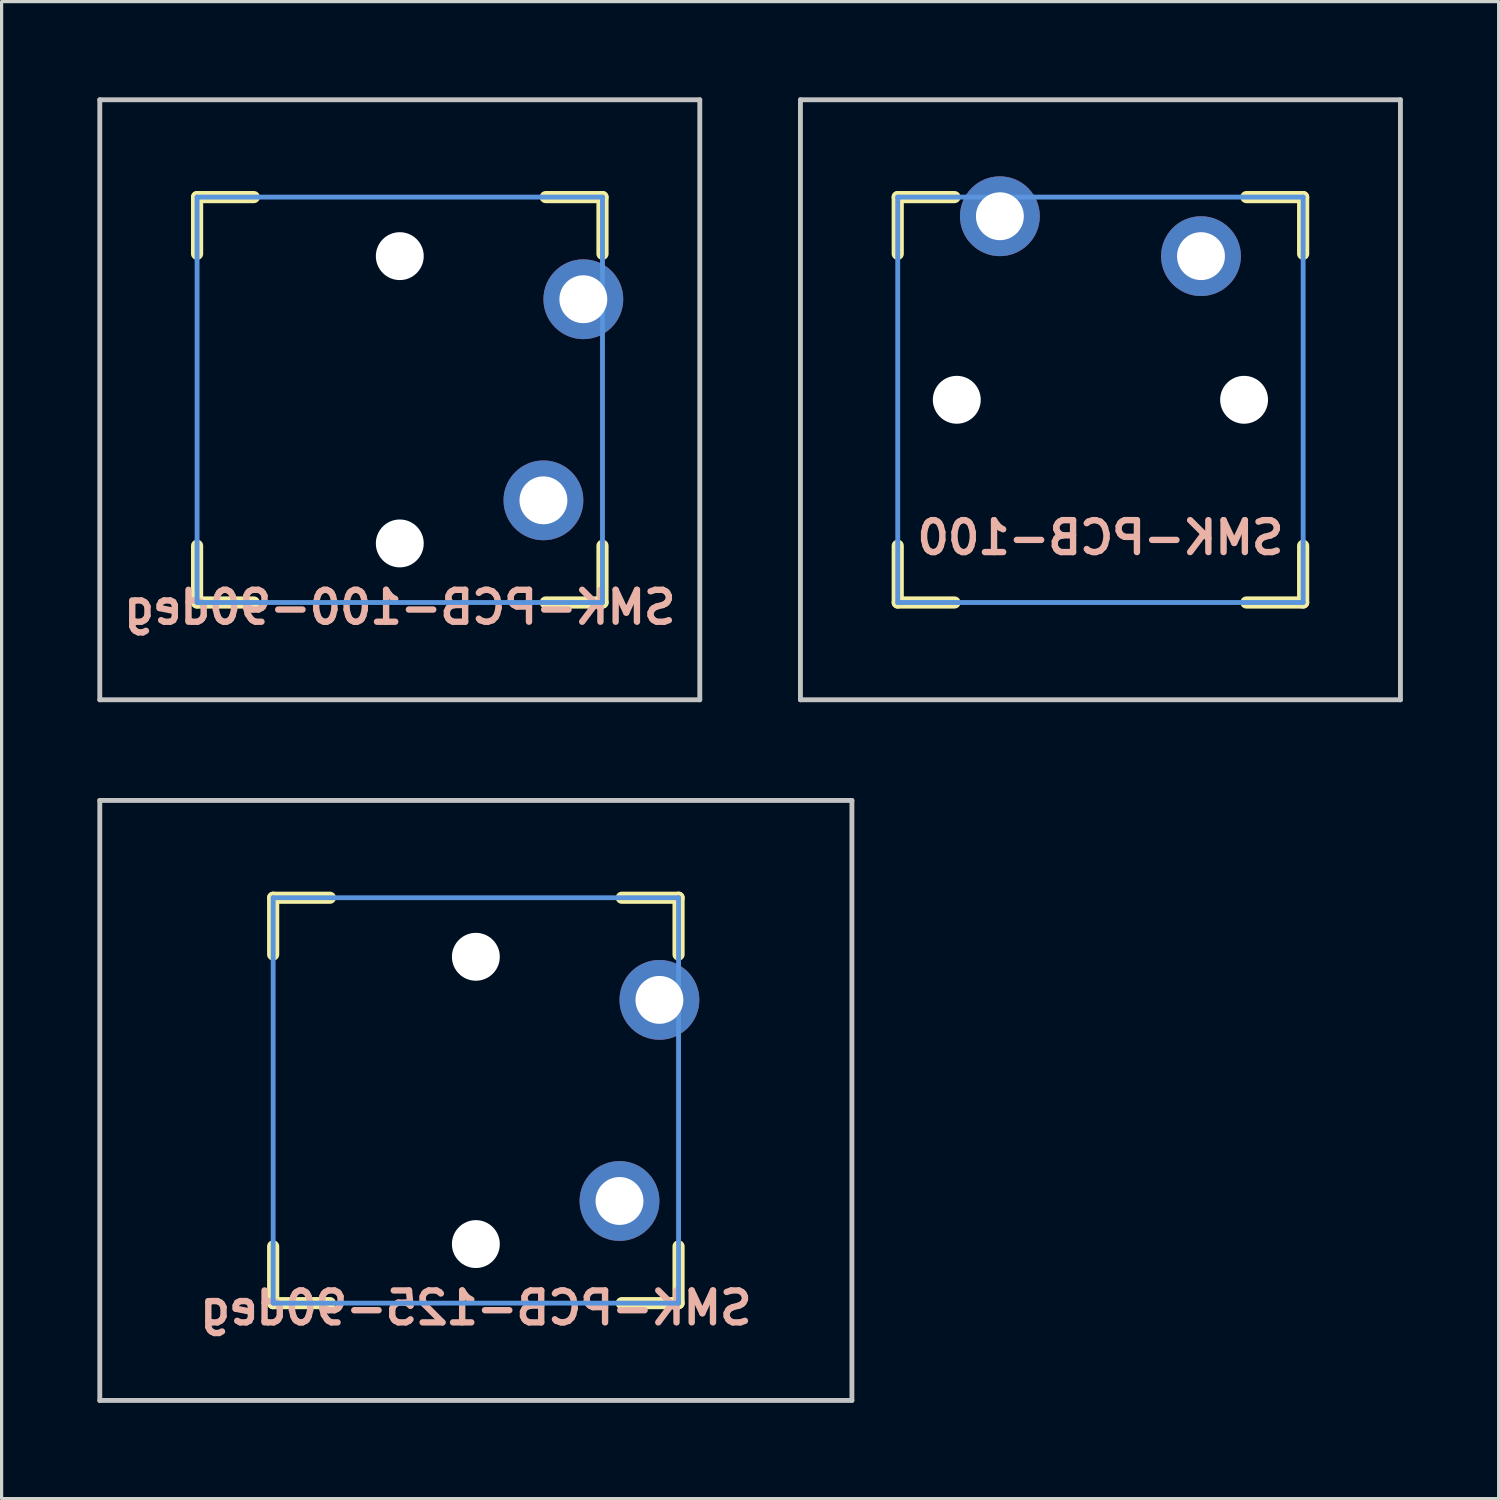
<source format=kicad_pcb>
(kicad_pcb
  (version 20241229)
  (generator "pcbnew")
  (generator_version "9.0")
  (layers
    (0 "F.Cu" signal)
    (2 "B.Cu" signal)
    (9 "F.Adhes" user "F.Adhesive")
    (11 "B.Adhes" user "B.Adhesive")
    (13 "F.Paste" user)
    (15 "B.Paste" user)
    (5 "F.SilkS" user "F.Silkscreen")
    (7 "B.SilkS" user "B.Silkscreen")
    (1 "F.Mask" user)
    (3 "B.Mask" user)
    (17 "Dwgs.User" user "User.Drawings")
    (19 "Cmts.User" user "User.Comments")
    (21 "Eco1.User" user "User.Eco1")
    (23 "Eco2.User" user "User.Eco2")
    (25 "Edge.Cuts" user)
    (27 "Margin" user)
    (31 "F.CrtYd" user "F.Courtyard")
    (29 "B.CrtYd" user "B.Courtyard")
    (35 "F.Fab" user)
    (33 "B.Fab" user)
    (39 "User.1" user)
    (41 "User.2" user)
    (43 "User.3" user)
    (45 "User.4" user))
  (footprint "SMK-PCB-100-90deg"
    (layer "F.Cu")
    (at 9.474 9.474)
    (property "Reference" "SMK-PCB-100-90deg" (at 0 6.5 0) (layer "B.SilkS") (effects (font (size 1 1) (thickness 0.2)) (justify mirror)))
    (attr through_hole)
    (fp_line (start -6.35 -6.35) (end -4.572 -6.35) (stroke (width 0.381) (type solid)) (layer "F.SilkS"))
    (fp_line (start -6.35 -4.572) (end -6.35 -6.35) (stroke (width 0.381) (type solid)) (layer "F.SilkS"))
    (fp_line (start -6.35 6.35) (end -6.35 4.572) (stroke (width 0.381) (type solid)) (layer "F.SilkS"))
    (fp_line (start -4.572 6.35) (end -6.35 6.35) (stroke (width 0.381) (type solid)) (layer "F.SilkS"))
    (fp_line (start 4.572 -6.35) (end 6.35 -6.35) (stroke (width 0.381) (type solid)) (layer "F.SilkS"))
    (fp_line (start 6.35 -6.35) (end 6.35 -4.572) (stroke (width 0.381) (type solid)) (layer "F.SilkS"))
    (fp_line (start 6.35 4.572) (end 6.35 6.35) (stroke (width 0.381) (type solid)) (layer "F.SilkS"))
    (fp_line (start 6.35 6.35) (end 4.572 6.35) (stroke (width 0.381) (type solid)) (layer "F.SilkS"))
    (fp_line (start -9.398 -9.398) (end 9.398 -9.398) (stroke (width 0.152) (type solid)) (layer "Dwgs.User"))
    (fp_line (start -9.398 9.398) (end -9.398 -9.398) (stroke (width 0.152) (type solid)) (layer "Dwgs.User"))
    (fp_line (start 9.398 -9.398) (end 9.398 9.398) (stroke (width 0.152) (type solid)) (layer "Dwgs.User"))
    (fp_line (start 9.398 9.398) (end -9.398 9.398) (stroke (width 0.152) (type solid)) (layer "Dwgs.User"))
    (fp_line (start -6.35 -6.35) (end 6.35 -6.35) (stroke (width 0.152) (type solid)) (layer "Cmts.User"))
    (fp_line (start -6.35 6.35) (end -6.35 -6.35) (stroke (width 0.152) (type solid)) (layer "Cmts.User"))
    (fp_line (start 6.35 -6.35) (end 6.35 6.35) (stroke (width 0.152) (type solid)) (layer "Cmts.User"))
    (fp_line (start 6.35 6.35) (end -6.35 6.35) (stroke (width 0.152) (type solid)) (layer "Cmts.User"))
    (fp_line (start -6.985 6.985) (end -6.985 -6.985) (stroke (width 0.152) (type solid)) (layer "Eco2.User"))
    (fp_line (start -6.985 6.985) (end -6.4 6.985) (stroke (width 0.152) (type solid)) (layer "Eco2.User"))
    (fp_line (start -6.4 -7.75) (end -6.4 -6.985) (stroke (width 0.152) (type solid)) (layer "Eco2.User"))
    (fp_line (start -6.4 -7.75) (end 6.4 -7.75) (stroke (width 0.152) (type solid)) (layer "Eco2.User"))
    (fp_line (start -6.4 -6.985) (end -6.985 -6.985) (stroke (width 0.152) (type solid)) (layer "Eco2.User"))
    (fp_line (start -6.4 6.985) (end -6.4 7.75) (stroke (width 0.152) (type solid)) (layer "Eco2.User"))
    (fp_line (start -6.4 7.75) (end 6.4 7.75) (stroke (width 0.152) (type solid)) (layer "Eco2.User"))
    (fp_line (start 6.4 -7.75) (end 6.4 -6.985) (stroke (width 0.152) (type solid)) (layer "Eco2.User"))
    (fp_line (start 6.4 -6.985) (end 6.985 -6.985) (stroke (width 0.152) (type solid)) (layer "Eco2.User"))
    (fp_line (start 6.4 6.985) (end 6.985 6.985) (stroke (width 0.152) (type solid)) (layer "Eco2.User"))
    (fp_line (start 6.4 7.75) (end 6.4 6.985) (stroke (width 0.152) (type solid)) (layer "Eco2.User"))
    (fp_line (start 6.985 -6.985) (end 6.985 6.985) (stroke (width 0.152) (type solid)) (layer "Eco2.User"))
    (pad "" np_thru_hole circle (at 0 -4.5 270) (size 1.5 1.5) (drill 1.5) (layers "*.Cu" "*.Mask"))
    (pad "" np_thru_hole circle (at 0 4.5 270) (size 1.5 1.5) (drill 1.5) (layers "*.Cu" "*.Mask"))
    (pad "1" thru_hole circle (at 5.75 -3.15 270) (size 2.5 2.5) (drill 1.5) (layers "*.Cu" "*.Mask"))
    (pad "2" thru_hole circle (at 4.5 3.15 270) (size 2.5 2.5) (drill 1.5) (layers "*.Cu" "*.Mask")))
  (footprint "SMK-PCB-125-90deg"
    (layer "F.Cu")
    (at 11.857 31.423)
    (property "Reference" "SMK-PCB-125-90deg" (at 0 6.5 0) (layer "B.SilkS") (effects (font (size 1 1) (thickness 0.2)) (justify mirror)))
    (attr through_hole)
    (fp_line (start -6.35 -6.35) (end -4.572 -6.35) (stroke (width 0.381) (type solid)) (layer "F.SilkS"))
    (fp_line (start -6.35 -4.572) (end -6.35 -6.35) (stroke (width 0.381) (type solid)) (layer "F.SilkS"))
    (fp_line (start -6.35 6.35) (end -6.35 4.572) (stroke (width 0.381) (type solid)) (layer "F.SilkS"))
    (fp_line (start -4.572 6.35) (end -6.35 6.35) (stroke (width 0.381) (type solid)) (layer "F.SilkS"))
    (fp_line (start 4.572 -6.35) (end 6.35 -6.35) (stroke (width 0.381) (type solid)) (layer "F.SilkS"))
    (fp_line (start 6.35 -6.35) (end 6.35 -4.572) (stroke (width 0.381) (type solid)) (layer "F.SilkS"))
    (fp_line (start 6.35 4.572) (end 6.35 6.35) (stroke (width 0.381) (type solid)) (layer "F.SilkS"))
    (fp_line (start 6.35 6.35) (end 4.572 6.35) (stroke (width 0.381) (type solid)) (layer "F.SilkS"))
    (fp_line (start -11.781 -9.398) (end 11.781 -9.398) (stroke (width 0.152) (type solid)) (layer "Dwgs.User"))
    (fp_line (start -11.781 9.398) (end -11.781 -9.398) (stroke (width 0.152) (type solid)) (layer "Dwgs.User"))
    (fp_line (start 11.781 -9.398) (end 11.781 9.398) (stroke (width 0.152) (type solid)) (layer "Dwgs.User"))
    (fp_line (start 11.781 9.398) (end -11.781 9.398) (stroke (width 0.152) (type solid)) (layer "Dwgs.User"))
    (fp_line (start -6.35 -6.35) (end 6.35 -6.35) (stroke (width 0.152) (type solid)) (layer "Cmts.User"))
    (fp_line (start -6.35 6.35) (end -6.35 -6.35) (stroke (width 0.152) (type solid)) (layer "Cmts.User"))
    (fp_line (start 6.35 -6.35) (end 6.35 6.35) (stroke (width 0.152) (type solid)) (layer "Cmts.User"))
    (fp_line (start 6.35 6.35) (end -6.35 6.35) (stroke (width 0.152) (type solid)) (layer "Cmts.User"))
    (fp_line (start -6.985 6.985) (end -6.985 -6.985) (stroke (width 0.152) (type solid)) (layer "Eco2.User"))
    (fp_line (start -6.985 6.985) (end -6.4 6.985) (stroke (width 0.152) (type solid)) (layer "Eco2.User"))
    (fp_line (start -6.4 -7.75) (end -6.4 -6.985) (stroke (width 0.152) (type solid)) (layer "Eco2.User"))
    (fp_line (start -6.4 -7.75) (end 6.4 -7.75) (stroke (width 0.152) (type solid)) (layer "Eco2.User"))
    (fp_line (start -6.4 -6.985) (end -6.985 -6.985) (stroke (width 0.152) (type solid)) (layer "Eco2.User"))
    (fp_line (start -6.4 6.985) (end -6.4 7.75) (stroke (width 0.152) (type solid)) (layer "Eco2.User"))
    (fp_line (start -6.4 7.75) (end 6.4 7.75) (stroke (width 0.152) (type solid)) (layer "Eco2.User"))
    (fp_line (start 6.4 -7.75) (end 6.4 -6.985) (stroke (width 0.152) (type solid)) (layer "Eco2.User"))
    (fp_line (start 6.4 -6.985) (end 6.985 -6.985) (stroke (width 0.152) (type solid)) (layer "Eco2.User"))
    (fp_line (start 6.4 6.985) (end 6.985 6.985) (stroke (width 0.152) (type solid)) (layer "Eco2.User"))
    (fp_line (start 6.4 7.75) (end 6.4 6.985) (stroke (width 0.152) (type solid)) (layer "Eco2.User"))
    (fp_line (start 6.985 -6.985) (end 6.985 6.985) (stroke (width 0.152) (type solid)) (layer "Eco2.User"))
    (pad "" np_thru_hole circle (at 0 -4.5 270) (size 1.5 1.5) (drill 1.5) (layers "*.Cu" "*.Mask"))
    (pad "" np_thru_hole circle (at 0 4.5 270) (size 1.5 1.5) (drill 1.5) (layers "*.Cu" "*.Mask"))
    (pad "1" thru_hole circle (at 5.75 -3.15 270) (size 2.5 2.5) (drill 1.5) (layers "*.Cu" "*.Mask"))
    (pad "2" thru_hole circle (at 4.5 3.15 270) (size 2.5 2.5) (drill 1.5) (layers "*.Cu" "*.Mask")))
  (footprint "SMK-PCB-100"
    (layer "F.Cu")
    (at 31.423 9.474)
    (property "Reference" "SMK-PCB-100" (at 0 4.318 0) (layer "B.SilkS") (effects (font (size 1 1) (thickness 0.2)) (justify mirror)))
    (attr through_hole)
    (fp_line (start -6.35 -6.35) (end -4.572 -6.35) (stroke (width 0.381) (type solid)) (layer "F.SilkS"))
    (fp_line (start -6.35 -4.572) (end -6.35 -6.35) (stroke (width 0.381) (type solid)) (layer "F.SilkS"))
    (fp_line (start -6.35 6.35) (end -6.35 4.572) (stroke (width 0.381) (type solid)) (layer "F.SilkS"))
    (fp_line (start -4.572 6.35) (end -6.35 6.35) (stroke (width 0.381) (type solid)) (layer "F.SilkS"))
    (fp_line (start 4.572 -6.35) (end 6.35 -6.35) (stroke (width 0.381) (type solid)) (layer "F.SilkS"))
    (fp_line (start 6.35 -6.35) (end 6.35 -4.572) (stroke (width 0.381) (type solid)) (layer "F.SilkS"))
    (fp_line (start 6.35 4.572) (end 6.35 6.35) (stroke (width 0.381) (type solid)) (layer "F.SilkS"))
    (fp_line (start 6.35 6.35) (end 4.572 6.35) (stroke (width 0.381) (type solid)) (layer "F.SilkS"))
    (fp_line (start -9.398 -9.398) (end 9.398 -9.398) (stroke (width 0.152) (type solid)) (layer "Dwgs.User"))
    (fp_line (start -9.398 9.398) (end -9.398 -9.398) (stroke (width 0.152) (type solid)) (layer "Dwgs.User"))
    (fp_line (start 9.398 -9.398) (end 9.398 9.398) (stroke (width 0.152) (type solid)) (layer "Dwgs.User"))
    (fp_line (start 9.398 9.398) (end -9.398 9.398) (stroke (width 0.152) (type solid)) (layer "Dwgs.User"))
    (fp_line (start -6.35 -6.35) (end 6.35 -6.35) (stroke (width 0.152) (type solid)) (layer "Cmts.User"))
    (fp_line (start -6.35 6.35) (end -6.35 -6.35) (stroke (width 0.152) (type solid)) (layer "Cmts.User"))
    (fp_line (start 6.35 -6.35) (end 6.35 6.35) (stroke (width 0.152) (type solid)) (layer "Cmts.User"))
    (fp_line (start 6.35 6.35) (end -6.35 6.35) (stroke (width 0.152) (type solid)) (layer "Cmts.User"))
    (fp_line (start -7.75 -6.4) (end -6.985 -6.4) (stroke (width 0.152) (type solid)) (layer "Eco2.User"))
    (fp_line (start -7.75 6.4) (end -7.75 -6.4) (stroke (width 0.152) (type solid)) (layer "Eco2.User"))
    (fp_line (start -7.75 6.4) (end -6.985 6.4) (stroke (width 0.152) (type solid)) (layer "Eco2.User"))
    (fp_line (start -6.985 -6.985) (end 6.985 -6.985) (stroke (width 0.152) (type solid)) (layer "Eco2.User"))
    (fp_line (start -6.985 -6.4) (end -6.985 -6.985) (stroke (width 0.152) (type solid)) (layer "Eco2.User"))
    (fp_line (start -6.985 6.4) (end -6.985 6.985) (stroke (width 0.152) (type solid)) (layer "Eco2.User"))
    (fp_line (start 6.985 -6.4) (end 6.985 -6.985) (stroke (width 0.152) (type solid)) (layer "Eco2.User"))
    (fp_line (start 6.985 6.4) (end 7.75 6.4) (stroke (width 0.152) (type solid)) (layer "Eco2.User"))
    (fp_line (start 6.985 6.985) (end -6.985 6.985) (stroke (width 0.152) (type solid)) (layer "Eco2.User"))
    (fp_line (start 6.985 6.985) (end 6.985 6.4) (stroke (width 0.152) (type solid)) (layer "Eco2.User"))
    (fp_line (start 7.75 -6.4) (end 6.985 -6.4) (stroke (width 0.152) (type solid)) (layer "Eco2.User"))
    (fp_line (start 7.75 6.4) (end 7.75 -6.4) (stroke (width 0.152) (type solid)) (layer "Eco2.User"))
    (pad "" np_thru_hole circle (at -4.5 0) (size 1.5 1.5) (drill 1.5) (layers "*.Cu" "*.Mask"))
    (pad "" np_thru_hole circle (at 4.5 0) (size 1.5 1.5) (drill 1.5) (layers "*.Cu" "*.Mask"))
    (pad "1" thru_hole circle (at -3.15 -5.75) (size 2.5 2.5) (drill 1.5) (layers "*.Cu" "*.Mask"))
    (pad "2" thru_hole circle (at 3.15 -4.5) (size 2.5 2.5) (drill 1.5) (layers "*.Cu" "*.Mask")))
  (gr_rect
    (start -3 -3)
    (end 43.897 43.897)
    (stroke (width 0.1) (type default))
    (fill no)
    (layer "Edge.Cuts")))
</source>
